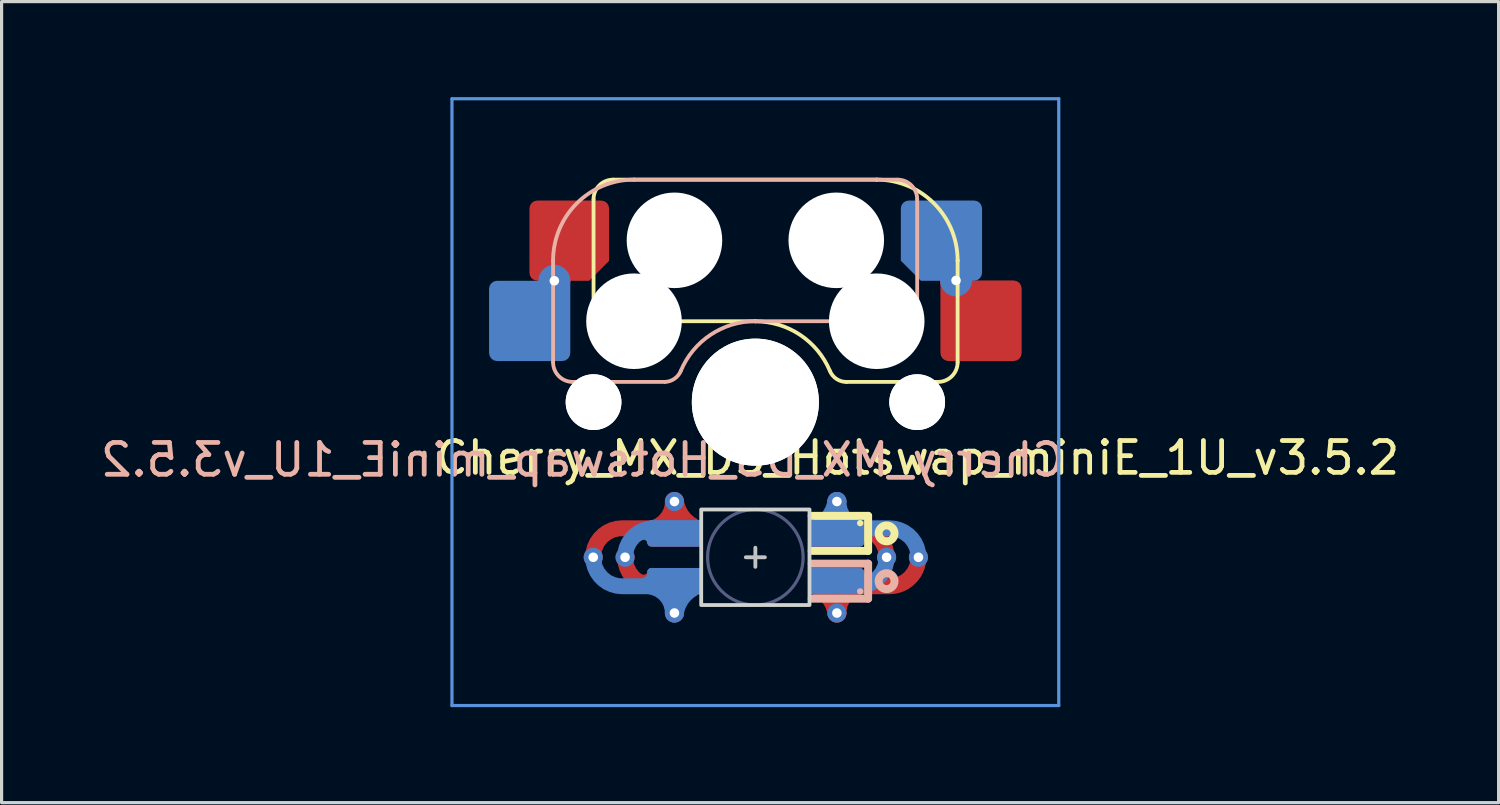
<source format=kicad_pcb>
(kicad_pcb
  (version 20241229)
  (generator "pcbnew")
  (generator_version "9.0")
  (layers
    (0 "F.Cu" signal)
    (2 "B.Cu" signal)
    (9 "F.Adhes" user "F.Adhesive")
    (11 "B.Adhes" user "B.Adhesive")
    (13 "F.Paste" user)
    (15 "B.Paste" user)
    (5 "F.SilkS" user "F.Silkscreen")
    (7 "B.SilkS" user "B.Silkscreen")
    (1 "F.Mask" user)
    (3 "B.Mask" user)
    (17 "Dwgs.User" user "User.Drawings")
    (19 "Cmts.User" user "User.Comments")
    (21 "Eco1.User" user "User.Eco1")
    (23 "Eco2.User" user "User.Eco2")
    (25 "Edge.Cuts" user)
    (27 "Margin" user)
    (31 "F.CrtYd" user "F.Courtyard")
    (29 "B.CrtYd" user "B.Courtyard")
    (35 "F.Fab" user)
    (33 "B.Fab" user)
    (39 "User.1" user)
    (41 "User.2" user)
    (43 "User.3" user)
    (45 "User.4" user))
  (footprint "Cherry_MX_DS_Hotswap_miniE_1U_v3.5.2"
    (layer "F.Cu")
    (at 20.664 9.575)
    (property "Reference" "Cherry_MX_DS_Hotswap_miniE_1U_v3.5.2" (at -5.42 1.81 0) (layer "B.SilkS") (effects (font (size 1 1) (thickness 0.15)) (justify mirror)))
    (attr through_hole)
    (fp_line (start -5.08 -6.36) (end -5.08 -2.54) (stroke (width 0.12) (type solid)) (layer "F.SilkS"))
    (fp_line (start -5.08 -2.54) (end -5.08 -2.54) (stroke (width 0.12) (type solid)) (layer "F.SilkS"))
    (fp_line (start -5.08 -2.54) (end -5.08 -2.54) (stroke (width 0.12) (type solid)) (layer "F.SilkS"))
    (fp_line (start -4.46 -6.985) (end 3.81 -6.985) (stroke (width 0.12) (type solid)) (layer "F.SilkS"))
    (fp_line (start 0 -2.54) (end -5.08 -2.54) (stroke (width 0.12) (type solid)) (layer "F.SilkS"))
    (fp_line (start 0 -2.54) (end 0 -2.54) (stroke (width 0.12) (type solid)) (layer "F.SilkS"))
    (fp_line (start 1.77 3.57) (end 3.54 3.57) (stroke (width 0.25) (type solid)) (layer "F.SilkS"))
    (fp_line (start 1.77 4.67) (end 3.54 4.67) (stroke (width 0.25) (type solid)) (layer "F.SilkS"))
    (fp_line (start 2.86 -0.635) (end 5.72 -0.635) (stroke (width 0.12) (type solid)) (layer "F.SilkS"))
    (fp_line (start 3.54 3.57) (end 3.54 4.67) (stroke (width 0.25) (type solid)) (layer "F.SilkS"))
    (fp_line (start 3.81 -6.985) (end 3.81 -6.985) (stroke (width 0.12) (type solid)) (layer "F.SilkS"))
    (fp_line (start 6.35 -4.445) (end 6.35 -4.445) (stroke (width 0.12) (type solid)) (layer "F.SilkS"))
    (fp_line (start 6.35 -1.25) (end 6.35 -4.445) (stroke (width 0.12) (type solid)) (layer "F.SilkS"))
    (fp_arc (start -5.08 -6.37) (mid -4.899871 -6.804871) (end -4.465 -6.985) (stroke (width 0.12) (type default)) (layer "F.SilkS"))
    (fp_arc (start 0 -2.536928) (mid 1.405313 -2.11213) (end 2.34 -0.98) (stroke (width 0.12) (type solid)) (layer "F.SilkS"))
    (fp_arc (start 2.859999 -0.633863) (mid 2.547381 -0.727883) (end 2.34 -0.98) (stroke (width 0.12) (type default)) (layer "F.SilkS"))
    (fp_arc (start 3.81 -6.985) (mid 5.606051 -6.241051) (end 6.35 -4.445) (stroke (width 0.12) (type solid)) (layer "F.SilkS"))
    (fp_arc (start 6.350129 -1.25) (mid 6.169985 -0.815144) (end 5.735129 -0.635) (stroke (width 0.12) (type default)) (layer "F.SilkS"))
    (fp_circle (center 3.29 3.798) (end 3.39 3.798) (stroke (width 0) (type solid)) (fill yes) (layer "F.SilkS"))
    (fp_circle (center 4.12 4.12) (end 4.37 4.12) (stroke (width 0.25) (type default)) (fill no) (layer "F.SilkS"))
    (fp_line (start -6.35 -4.445) (end -6.35 -4.445) (stroke (width 0.12) (type solid)) (layer "B.SilkS"))
    (fp_line (start -6.35 -4.445) (end -6.35 -1.26) (stroke (width 0.12) (type solid)) (layer "B.SilkS"))
    (fp_line (start -5.73 -0.635) (end -2.84 -0.635) (stroke (width 0.12) (type solid)) (layer "B.SilkS"))
    (fp_line (start -3.81 -6.985) (end -3.81 -6.985) (stroke (width 0.12) (type solid)) (layer "B.SilkS"))
    (fp_line (start -3.81 -6.985) (end 4.46 -6.985) (stroke (width 0.12) (type solid)) (layer "B.SilkS"))
    (fp_line (start 0 -2.54) (end 0 -2.54) (stroke (width 0.12) (type solid)) (layer "B.SilkS"))
    (fp_line (start 0 -2.54) (end 5.08 -2.54) (stroke (width 0.12) (type solid)) (layer "B.SilkS"))
    (fp_line (start 1.77 5.07) (end 3.54 5.07) (stroke (width 0.25) (type solid)) (layer "B.SilkS"))
    (fp_line (start 1.77 6.17) (end 3.54 6.17) (stroke (width 0.25) (type solid)) (layer "B.SilkS"))
    (fp_line (start 3.54 6.17) (end 3.54 5.07) (stroke (width 0.25) (type solid)) (layer "B.SilkS"))
    (fp_line (start 5.08 -6.37) (end 5.08 -2.54) (stroke (width 0.12) (type solid)) (layer "B.SilkS"))
    (fp_line (start 5.08 -2.54) (end 5.08 -2.54) (stroke (width 0.12) (type solid)) (layer "B.SilkS"))
    (fp_line (start 5.08 -2.54) (end 5.08 -2.54) (stroke (width 0.12) (type solid)) (layer "B.SilkS"))
    (fp_arc (start -6.35 -4.445) (mid -5.606051 -6.241051) (end -3.81 -6.985) (stroke (width 0.12) (type solid)) (layer "B.SilkS"))
    (fp_arc (start -5.735 -0.635) (mid -6.169871 -0.815129) (end -6.35 -1.25) (stroke (width 0.12) (type default)) (layer "B.SilkS"))
    (fp_arc (start -2.34 -0.983072) (mid -1.405313 -2.115202) (end 0 -2.54) (stroke (width 0.12) (type solid)) (layer "B.SilkS"))
    (fp_arc (start -2.34 -0.980845) (mid -2.539137 -0.734326) (end -2.840072 -0.635) (stroke (width 0.12) (type default)) (layer "B.SilkS"))
    (fp_arc (start 4.465129 -6.985) (mid 4.899999 -6.80487) (end 5.080129 -6.37) (stroke (width 0.12) (type default)) (layer "B.SilkS"))
    (fp_circle (center 3.29 5.942) (end 3.39 5.942) (stroke (width 0) (type solid)) (fill yes) (layer "B.SilkS"))
    (fp_circle (center 4.12 5.62) (end 4.37 5.62) (stroke (width 0.25) (type default)) (fill no) (layer "B.SilkS"))
    (fp_line (start -0.3 4.87) (end 0.3 4.87) (stroke (width 0.12) (type solid)) (layer "Dwgs.User"))
    (fp_line (start 0 4.57) (end 0 5.17) (stroke (width 0.12) (type solid)) (layer "Dwgs.User"))
    (fp_line (start -9.525 -9.525) (end -9.525 9.525) (stroke (width 0.1) (type solid)) (layer "Cmts.User"))
    (fp_line (start 9.525 -9.525) (end -9.525 -9.525) (stroke (width 0.1) (type solid)) (layer "Cmts.User"))
    (fp_line (start 9.525 -9.525) (end 9.525 9.525) (stroke (width 0.1) (type solid)) (layer "Cmts.User"))
    (fp_line (start 9.525 9.525) (end -9.525 9.525) (stroke (width 0.1) (type solid)) (layer "Cmts.User"))
    (fp_rect (start -1.7 3.37) (end 1.7 6.37) (stroke (width 0.12) (type default)) (fill no) (layer "Edge.Cuts"))
    (fp_circle (center 0 4.87) (end 0 6.37) (stroke (width 0.1) (type solid)) (fill no) (layer "B.Fab"))
    (fp_rect (start 7 -7) (end -7 7) (stroke (width 0.12) (type default)) (fill no) (layer "User.4"))
    (fp_text user "${REFERENCE}" (at 5.09 1.75 0) (layer "F.SilkS") (effects (font (size 1 1) (thickness 0.15))))
    (pad "" np_thru_hole circle (at -5.08 0) (size 1.75 1.75) (drill 1.75) (layers "*.Cu" "*.Mask"))
    (pad "" np_thru_hole circle (at -5.08 0) (size 1.75 1.75) (drill 1.75) (layers "*.Cu" "*.Mask"))
    (pad "" np_thru_hole circle (at -3.81 -2.54) (size 3 3) (drill 3) (layers "*.Cu" "*.Mask"))
    (pad "" np_thru_hole circle (at -2.54 -5.08) (size 3 3) (drill 3) (layers "*.Cu" "*.Mask"))
    (pad "" np_thru_hole circle (at 0 0) (size 3.988 3.988) (drill 3.988) (layers "*.Cu" "*.Mask"))
    (pad "" np_thru_hole circle (at 0 0) (size 3.988 3.988) (drill 3.988) (layers "*.Cu" "*.Mask"))
    (pad "" np_thru_hole circle (at 2.54 -5.08) (size 3 3) (drill 3) (layers "*.Cu" "*.Mask"))
    (pad "" np_thru_hole circle (at 3.81 -2.54) (size 3 3) (drill 3) (layers "*.Cu" "*.Mask"))
    (pad "" np_thru_hole circle (at 5.08 0) (size 1.75 1.75) (drill 1.75) (layers "*.Cu" "*.Mask"))
    (pad "" np_thru_hole circle (at 5.08 0) (size 1.75 1.75) (drill 1.75) (layers "*.Cu" "*.Mask"))
    (pad "1" thru_hole circle (at -4.09 4.87) (size 0.6 0.6) (drill 0.3) (layers "*.Cu"))
    (pad "1" smd custom (at -2.54 4.12 180) (size 0.82 0.82) (layers "B.Cu") (options (anchor circle)) (primitives (gr_poly (pts (xy -0.85 -0.41) (xy 0.727 -0.41) (xy 0.774 -0.401) (xy 0.814 -0.374) (xy 0.841 -0.334) (xy 0.85 -0.287) (xy 0.85 0.287) (xy 0.841 0.334) (xy 0.814 0.374) (xy 0.774 0.401) (xy 0.727 0.41) (xy -0.85 0.41)) (width 0) (fill yes)) (gr_arc (start 1.088917 -0.176284) (mid 0.899992 -0.139997) (end 0.778482 -0.289144) (width 0.15)) (gr_arc (start 1.55 -0.750001) (mid 1.283467 -0.106534) (end 0.64 0.159999) (width 0.5))))
    (pad "1" smd roundrect (at -2.54 4.12 180) (size 1.7 0.82) (layers "B.Cu" "B.Mask" "B.Paste") (roundrect_rratio 0.15) (chamfer_ratio 0) (chamfer top_left bottom_left))
    (pad "1" smd custom (at -2.54 5.62) (size 0.82 0.82) (layers "F.Cu") (options (anchor circle)) (primitives (gr_poly (pts (xy -0.85 -0.287) (xy -0.841 -0.334) (xy -0.814 -0.374) (xy -0.774 -0.401) (xy -0.727 -0.41) (xy 0.85 -0.41) (xy 0.85 0.41) (xy -0.727 0.41) (xy -0.774 0.401) (xy -0.814 0.374) (xy -0.841 0.334) (xy -0.85 0.287)) (width 0) (fill yes)) (gr_arc (start -0.64 0.160001) (mid -1.283467 -0.106532) (end -1.55 -0.749999) (width 0.5)) (gr_arc (start -0.769995 -0.294264) (mid -0.902744 -0.14) (end -1.101823 -0.182277) (width 0.15))))
    (pad "1" smd roundrect (at -2.54 5.62) (size 1.7 0.82) (layers "F.Cu" "F.Mask" "F.Paste") (roundrect_rratio 0.15) (chamfer_ratio 0) (chamfer top_right bottom_right))
    (pad "2" thru_hole circle (at -5.09 4.87) (size 0.6 0.6) (drill 0.3) (layers "*.Cu"))
    (pad "2" thru_hole circle (at -2.54 3.12) (size 0.6 0.6) (drill 0.3) (layers "*.Cu"))
    (pad "2" smd custom (at -2.54 4.12) (size 0.82 0.82) (layers "F.Cu") (options (anchor circle)) (primitives (gr_poly (pts (xy -0.85 -0.287) (xy -0.841 -0.334) (xy -0.814 -0.374) (xy -0.774 -0.401) (xy -0.727 -0.41) (xy 0.85 -0.41) (xy 0.85 0.41) (xy -0.727 0.41) (xy -0.774 0.401) (xy -0.814 0.374) (xy -0.841 0.334) (xy -0.85 0.287)) (width 0) (fill yes)) (gr_arc (start 0.535033 -0.208807) (mid 0.178867 -0.544455) (end 0.000001 -1) (width 0.6)) (gr_arc (start 0 -1) (mid -0.205227 -0.42079) (end -0.729342 -0.1) (width 0.6)) (gr_arc (start -1.045909 0.015921) (mid -0.854994 0.095) (end -0.775915 0.285915) (width 0.15)) (gr_line (start 0 -1) (end 0 0.01) (width 0.6)) (gr_line (start -1.643 -0.16) (end -0.353 -0.16) (width 0.5)) (gr_arc (start -2.552733 0.750001) (mid -2.2862 0.106534) (end -1.642733 -0.159999) (width 0.5))))
    (pad "2" smd roundrect (at -2.54 4.12) (size 1.7 0.82) (layers "F.Cu" "F.Mask" "F.Paste") (roundrect_rratio 0.15) (chamfer_ratio 0) (chamfer top_right bottom_right))
    (pad "2" smd custom (at -2.54 5.62 180) (size 0.82 0.82) (layers "B.Cu") (options (anchor circle)) (primitives (gr_poly (pts (xy -0.85 -0.41) (xy 0.727 -0.41) (xy 0.774 -0.401) (xy 0.814 -0.374) (xy 0.841 -0.334) (xy 0.85 -0.287) (xy 0.85 0.287) (xy 0.841 0.334) (xy 0.814 0.374) (xy 0.774 0.401) (xy 0.727 0.41) (xy -0.85 0.41)) (width 0) (fill yes)) (gr_line (start 1.64 -0.16) (end -0.14 -0.16) (width 0.5)) (gr_arc (start 1.639999 -0.160001) (mid 2.283467 0.106531) (end 2.550001 0.749999) (width 0.5)) (gr_arc (start 0.775 0.285915) (mid 0.854078 0.094999) (end 1.044994 0.01592) (width 0.15)) (gr_line (start 0 -1) (end 0 0.01) (width 0.6)) (gr_arc (start 0.755097 -0.12221) (mid 0.216563 -0.421951) (end 0.002735 -1) (width 0.6)) (gr_arc (start 0.00273 -1) (mid -0.175237 -0.544468) (end -0.529437 -0.207237) (width 0.6))))
    (pad "2" smd roundrect (at -2.54 5.62 180) (size 1.7 0.82) (layers "B.Cu" "B.Mask" "B.Paste") (roundrect_rratio 0.15) (chamfer_ratio 0) (chamfer top_left bottom_left))
    (pad "2" thru_hole circle (at -2.54 6.62) (size 0.6 0.6) (drill 0.3) (layers "*.Cu"))
    (pad "3" smd custom (at 2.56 4.12) (size 0.82 0.82) (layers "F.Cu") (options (anchor circle)) (primitives (gr_rect (start -0.85 -0.41) (end 0 0.41) (width 0) (fill yes)) (gr_line (start 0.65 -0.16) (end 0.15 -0.16) (width 0.5)) (gr_arc (start 0.65 -0.16) (mid 1.29347 0.10653) (end 1.56 0.75) (width 0.5)) (gr_arc (start 0.770007 0.310654) (mid 0.893184 0.135381) (end 1.105632 0.162936) (width 0.15))))
    (pad "3" smd roundrect (at 2.56 4.12) (size 1.7 0.82) (layers "F.Cu" "F.Mask" "F.Paste") (roundrect_rratio 0.15) (chamfer_ratio 0.5) (chamfer top_right))
    (pad "3" smd custom (at 2.56 5.62 180) (size 0.82 0.82) (layers "B.Cu") (options (anchor circle)) (primitives (gr_rect (start 0 -0.41) (end 0.85 0.41) (width 0) (fill yes)) (gr_line (start -0.65 -0.16) (end -0.12 -0.16) (width 0.5)) (gr_arc (start -1.56 0.75) (mid -1.293466 0.106534) (end -0.65 -0.16) (width 0.5)) (gr_arc (start -1.121789 0.183381) (mid -0.909927 0.133184) (end -0.770007 0.3) (width 0.15))))
    (pad "3" smd roundrect (at 2.56 5.62 180) (size 1.7 0.82) (layers "B.Cu" "B.Mask" "B.Paste") (roundrect_rratio 0.15) (chamfer_ratio 0.5) (chamfer top_left))
    (pad "3" thru_hole circle (at 4.12 4.87) (size 0.6 0.6) (drill 0.3) (layers "*.Cu"))
    (pad "4" thru_hole circle (at 2.56 3.12) (size 0.6 0.6) (drill 0.3) (layers "*.Cu"))
    (pad "4" smd custom (at 2.56 4.12 180) (size 0.82 0.82) (layers "B.Cu") (options (anchor circle)) (primitives (gr_poly (pts (xy -0.85 -0.287) (xy -0.841 -0.334) (xy -0.814 -0.374) (xy -0.774 -0.401) (xy -0.727 -0.41) (xy 0.85 -0.41) (xy 0.85 0.41) (xy -0.727 0.41) (xy -0.774 0.401) (xy -0.814 0.374) (xy -0.841 0.334) (xy -0.85 0.287)) (width 0) (fill yes)) (gr_arc (start -0.775927 -0.285915) (mid -0.855002 -0.094996) (end -1.045921 -0.015921) (width 0.15)) (gr_line (start -1.65 0.16) (end -0.36 0.16) (width 0.5)) (gr_arc (start -1.65 0.16) (mid -2.29347 -0.10653) (end -2.56 -0.75) (width 0.5)) (gr_line (start 0 1) (end 0 -0.01) (width 0.6)) (gr_arc (start 0 1) (mid 0.187314 0.527589) (end 0.560627 0.182775) (width 0.6)) (gr_arc (start -0.70603 0.100001) (mid -0.197569 0.428057) (end 0.000001 1) (width 0.6))))
    (pad "4" smd roundrect (at 2.56 4.12) (size 1.7 0.82) (layers "B.Cu" "B.Mask" "B.Paste") (roundrect_rratio 0.15) (chamfer_ratio 0) (chamfer top_left bottom_left))
    (pad "4" smd custom (at 2.56 5.62) (size 0.82 0.82) (layers "F.Cu") (options (anchor circle)) (primitives (gr_arc (start -0.535033 0.208807) (mid -0.178868 0.544456) (end 0 1) (width 0.6)) (gr_arc (start 0 1) (mid 0.205227 0.42079) (end 0.729342 0.1) (width 0.6)) (gr_poly (pts (xy -0.85 -0.41) (xy 0.727 -0.41) (xy 0.774 -0.401) (xy 0.814 -0.374) (xy 0.841 -0.334) (xy 0.85 -0.287) (xy 0.85 0.287) (xy 0.841 0.334) (xy 0.814 0.374) (xy 0.774 0.401) (xy 0.727 0.41) (xy -0.85 0.41)) (width 0) (fill yes)) (gr_arc (start 1.045921 -0.015921) (mid 0.854998 -0.094994) (end 0.775921 -0.285915) (width 0.15)) (gr_line (start 1.65 0.16) (end 0.36 0.16) (width 0.5)) (gr_arc (start 2.56 -0.75) (mid 2.293466 -0.106534) (end 1.65 0.16) (width 0.5)) (gr_line (start 0 0) (end 0 1) (width 0.6))))
    (pad "4" smd roundrect (at 2.56 5.62 180) (size 1.7 0.82) (layers "F.Cu" "F.Mask" "F.Paste") (roundrect_rratio 0.15) (chamfer_ratio 0) (chamfer top_right bottom_right))
    (pad "4" thru_hole circle (at 2.56 6.62) (size 0.6 0.6) (drill 0.3) (layers "*.Cu"))
    (pad "4" thru_hole circle (at 5.12 4.87) (size 0.6 0.6) (drill 0.3) (layers "*.Cu"))
    (pad "5" smd roundrect (at 5.842 -5.07) (size 2.55 2.52) (layers "B.Cu" "B.Mask" "B.Paste") (roundrect_rratio 0.1) (chamfer_ratio 0.25) (chamfer bottom_left))
    (pad "5" thru_hole circle (at 6.3 -3.82) (size 1 1) (drill 0.3) (layers "*.Cu"))
    (pad "5" smd roundrect (at 7.085 -2.555) (size 2.55 2.53) (layers "F.Cu" "F.Mask" "F.Paste") (roundrect_rratio 0.1) (chamfer_ratio 0) (chamfer top_left))
    (pad "6" smd roundrect (at -7.085 -2.55) (size 2.55 2.52) (layers "B.Cu" "B.Mask" "B.Paste") (roundrect_rratio 0.1) (chamfer_ratio 0) (chamfer top_right))
    (pad "6" thru_hole circle (at -6.31 -3.81) (size 1 1) (drill 0.3) (layers "*.Cu"))
    (pad "6" smd roundrect (at -5.842 -5.07) (size 2.5 2.52) (layers "F.Cu" "F.Mask" "F.Paste") (roundrect_rratio 0.1) (chamfer_ratio 0.25) (chamfer bottom_right)))
  (gr_rect
    (start -3 -3)
    (end 43.998 22.15)
    (stroke (width 0.1) (type default))
    (fill no)
    (layer "Edge.Cuts")))
</source>
